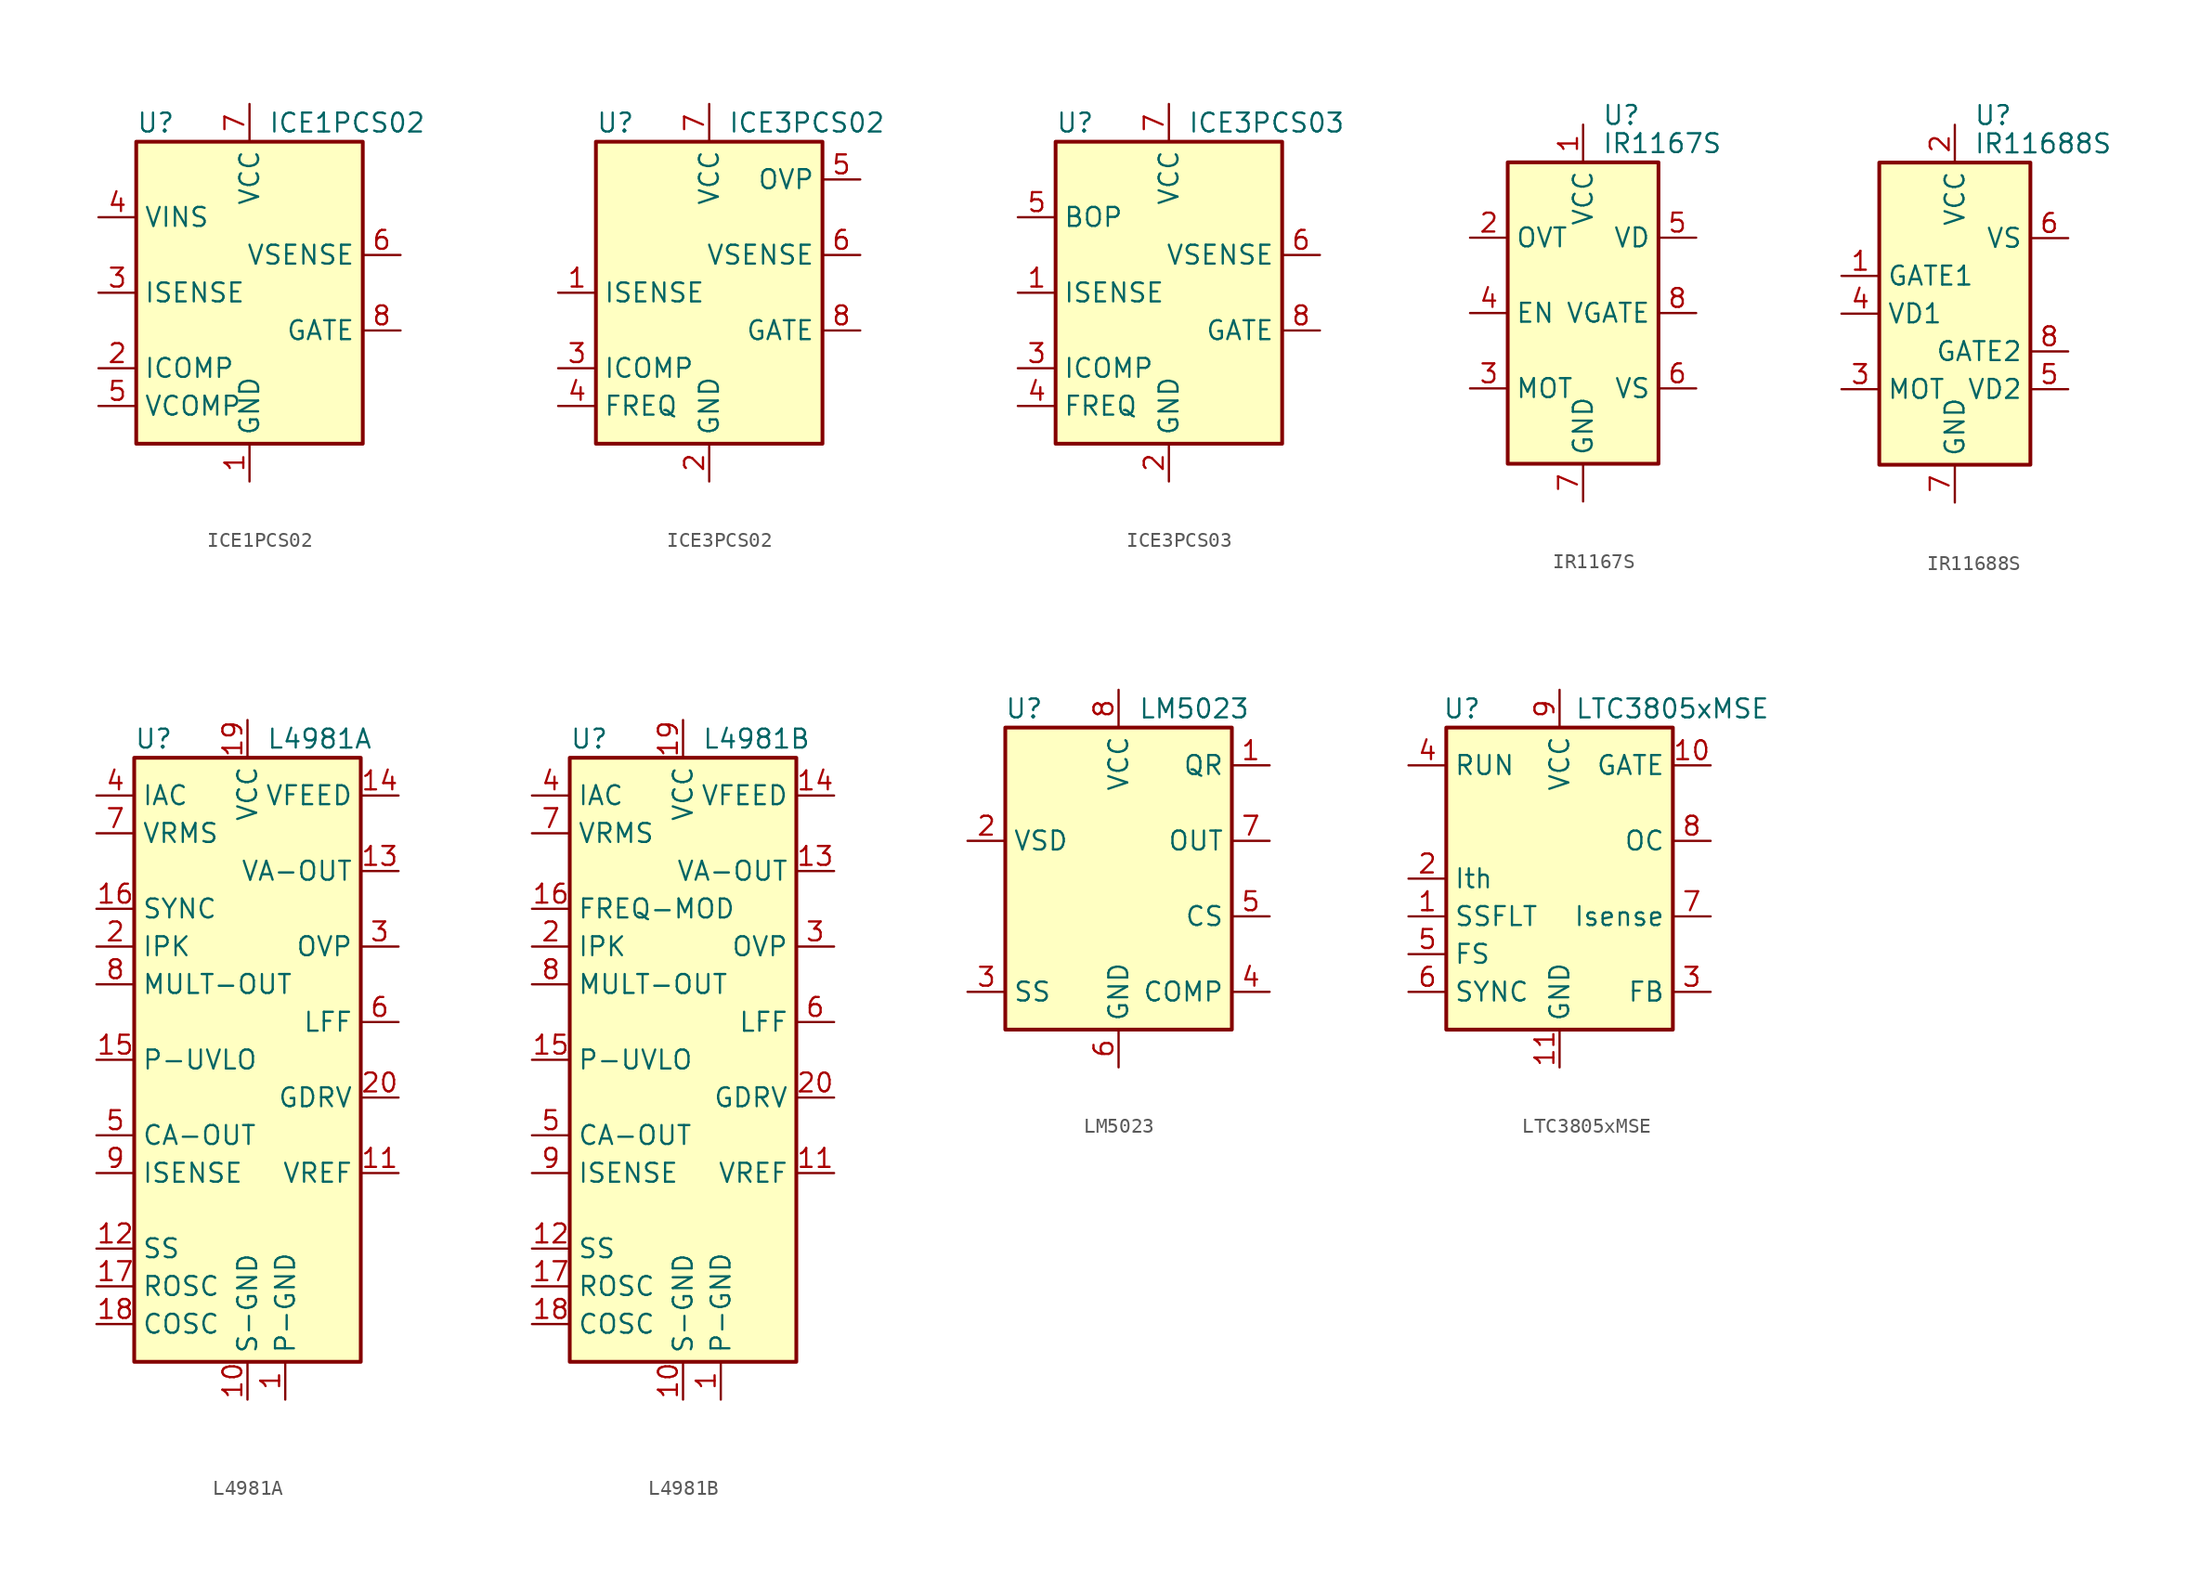
<source format=kicad_sym>
(kicad_symbol_lib
  (version 20241209)
  (generator "kicad_symbol_editor")
  (generator_version "9.0")
  (symbol "ICE1PCS02"
    (property "Reference" "U"
      (at -7.62 11.43 0)
      (effects (font (size 1.27 1.27)) (justify left)))
    (property "Value" "ICE1PCS02"
      (at 1.27 11.43 0)
      (effects (font (size 1.27 1.27)) (justify left)))
    (symbol "ICE1PCS02_0_0"
      (rectangle (start -7.62 10.16) (end 7.62 -10.16) (stroke (width 0.254) (type default)) (fill (type background))))
    (symbol "ICE1PCS02_1_1"
      (pin input line (at -10.16 5.08 0) (length 2.54) (name "VINS" (effects (font (size 1.27 1.27)))) (number "4" (effects (font (size 1.27 1.27)))))
      (pin input line (at -10.16 0 0) (length 2.54) (name "ISENSE" (effects (font (size 1.27 1.27)))) (number "3" (effects (font (size 1.27 1.27)))))
      (pin passive line (at -10.16 -5.08 0) (length 2.54) (name "ICOMP" (effects (font (size 1.27 1.27)))) (number "2" (effects (font (size 1.27 1.27)))))
      (pin passive line (at -10.16 -7.62 0) (length 2.54) (name "VCOMP" (effects (font (size 1.27 1.27)))) (number "5" (effects (font (size 1.27 1.27)))))
      (pin power_in line (at 0 12.7 270) (length 2.54) (name "VCC" (effects (font (size 1.27 1.27)))) (number "7" (effects (font (size 1.27 1.27)))))
      (pin power_in line (at 0 -12.7 90) (length 2.54) (name "GND" (effects (font (size 1.27 1.27)))) (number "1" (effects (font (size 1.27 1.27)))))
      (pin input line (at 10.16 2.54 180) (length 2.54) (name "VSENSE" (effects (font (size 1.27 1.27)))) (number "6" (effects (font (size 1.27 1.27)))))
      (pin output line (at 10.16 -2.54 180) (length 2.54) (name "GATE" (effects (font (size 1.27 1.27)))) (number "8" (effects (font (size 1.27 1.27)))))))
  (symbol "ICE3PCS02"
    (property "Reference" "U"
      (at -7.62 11.43 0)
      (effects (font (size 1.27 1.27)) (justify left)))
    (property "Value" "ICE3PCS02"
      (at 1.27 11.43 0)
      (effects (font (size 1.27 1.27)) (justify left)))
    (symbol "ICE3PCS02_0_0"
      (rectangle (start -7.62 10.16) (end 7.62 -10.16) (stroke (width 0.254) (type default)) (fill (type background))))
    (symbol "ICE3PCS02_1_1"
      (pin input line (at -10.16 0 0) (length 2.54) (name "ISENSE" (effects (font (size 1.27 1.27)))) (number "1" (effects (font (size 1.27 1.27)))))
      (pin passive line (at -10.16 -5.08 0) (length 2.54) (name "ICOMP" (effects (font (size 1.27 1.27)))) (number "3" (effects (font (size 1.27 1.27)))))
      (pin passive line (at -10.16 -7.62 0) (length 2.54) (name "FREQ" (effects (font (size 1.27 1.27)))) (number "4" (effects (font (size 1.27 1.27)))))
      (pin power_in line (at 0 12.7 270) (length 2.54) (name "VCC" (effects (font (size 1.27 1.27)))) (number "7" (effects (font (size 1.27 1.27)))))
      (pin power_in line (at 0 -12.7 90) (length 2.54) (name "GND" (effects (font (size 1.27 1.27)))) (number "2" (effects (font (size 1.27 1.27)))))
      (pin input line (at 10.16 7.62 180) (length 2.54) (name "OVP" (effects (font (size 1.27 1.27)))) (number "5" (effects (font (size 1.27 1.27)))))
      (pin input line (at 10.16 2.54 180) (length 2.54) (name "VSENSE" (effects (font (size 1.27 1.27)))) (number "6" (effects (font (size 1.27 1.27)))))
      (pin output line (at 10.16 -2.54 180) (length 2.54) (name "GATE" (effects (font (size 1.27 1.27)))) (number "8" (effects (font (size 1.27 1.27)))))))
  (symbol "ICE3PCS03"
    (property "Reference" "U"
      (at -7.62 11.43 0)
      (effects (font (size 1.27 1.27)) (justify left)))
    (property "Value" "ICE3PCS03"
      (at 1.27 11.43 0)
      (effects (font (size 1.27 1.27)) (justify left)))
    (symbol "ICE3PCS03_0_0"
      (rectangle (start -7.62 10.16) (end 7.62 -10.16) (stroke (width 0.254) (type default)) (fill (type background))))
    (symbol "ICE3PCS03_1_1"
      (pin input line (at -10.16 5.08 0) (length 2.54) (name "BOP" (effects (font (size 1.27 1.27)))) (number "5" (effects (font (size 1.27 1.27)))))
      (pin input line (at -10.16 0 0) (length 2.54) (name "ISENSE" (effects (font (size 1.27 1.27)))) (number "1" (effects (font (size 1.27 1.27)))))
      (pin passive line (at -10.16 -5.08 0) (length 2.54) (name "ICOMP" (effects (font (size 1.27 1.27)))) (number "3" (effects (font (size 1.27 1.27)))))
      (pin passive line (at -10.16 -7.62 0) (length 2.54) (name "FREQ" (effects (font (size 1.27 1.27)))) (number "4" (effects (font (size 1.27 1.27)))))
      (pin power_in line (at 0 12.7 270) (length 2.54) (name "VCC" (effects (font (size 1.27 1.27)))) (number "7" (effects (font (size 1.27 1.27)))))
      (pin power_in line (at 0 -12.7 90) (length 2.54) (name "GND" (effects (font (size 1.27 1.27)))) (number "2" (effects (font (size 1.27 1.27)))))
      (pin input line (at 10.16 2.54 180) (length 2.54) (name "VSENSE" (effects (font (size 1.27 1.27)))) (number "6" (effects (font (size 1.27 1.27)))))
      (pin output line (at 10.16 -2.54 180) (length 2.54) (name "GATE" (effects (font (size 1.27 1.27)))) (number "8" (effects (font (size 1.27 1.27)))))))
  (symbol "IR1167S"
    (property "Reference" "U"
      (at 1.27 13.335 0)
      (effects (font (size 1.27 1.27)) (justify left)))
    (property "Value" "IR1167S"
      (at 1.27 11.43 0)
      (effects (font (size 1.27 1.27)) (justify left)))
    (symbol "IR1167S_0_1"
      (rectangle (start -5.08 -10.16) (end 5.08 10.16) (stroke (width 0.254) (type default)) (fill (type background))))
    (symbol "IR1167S_1_1"
      (pin input line (at -7.62 5.08 0) (length 2.54) (name "OVT" (effects (font (size 1.27 1.27)))) (number "2" (effects (font (size 1.27 1.27)))))
      (pin input line (at -7.62 0 0) (length 2.54) (name "EN" (effects (font (size 1.27 1.27)))) (number "4" (effects (font (size 1.27 1.27)))))
      (pin passive line (at -7.62 -5.08 0) (length 2.54) (name "MOT" (effects (font (size 1.27 1.27)))) (number "3" (effects (font (size 1.27 1.27)))))
      (pin power_in line (at 0 12.7 270) (length 2.54) (name "VCC" (effects (font (size 1.27 1.27)))) (number "1" (effects (font (size 1.27 1.27)))))
      (pin power_in line (at 0 -12.7 90) (length 2.54) (name "GND" (effects (font (size 1.27 1.27)))) (number "7" (effects (font (size 1.27 1.27)))))
      (pin input line (at 7.62 5.08 180) (length 2.54) (name "VD" (effects (font (size 1.27 1.27)))) (number "5" (effects (font (size 1.27 1.27)))))
      (pin output line (at 7.62 0 180) (length 2.54) (name "VGATE" (effects (font (size 1.27 1.27)))) (number "8" (effects (font (size 1.27 1.27)))))
      (pin input line (at 7.62 -5.08 180) (length 2.54) (name "VS" (effects (font (size 1.27 1.27)))) (number "6" (effects (font (size 1.27 1.27)))))))
  (symbol "IR11688S"
    (property "Reference" "U"
      (at 1.27 13.335 0)
      (effects (font (size 1.27 1.27)) (justify left)))
    (property "Value" "IR11688S"
      (at 1.27 11.43 0)
      (effects (font (size 1.27 1.27)) (justify left)))
    (symbol "IR11688S_0_1"
      (rectangle (start -5.08 -10.16) (end 5.08 10.16) (stroke (width 0.254) (type default)) (fill (type background))))
    (symbol "IR11688S_1_1"
      (pin output line (at -7.62 2.54 0) (length 2.54) (name "GATE1" (effects (font (size 1.27 1.27)))) (number "1" (effects (font (size 1.27 1.27)))))
      (pin input line (at -7.62 0 0) (length 2.54) (name "VD1" (effects (font (size 1.27 1.27)))) (number "4" (effects (font (size 1.27 1.27)))))
      (pin passive line (at -7.62 -5.08 0) (length 2.54) (name "MOT" (effects (font (size 1.27 1.27)))) (number "3" (effects (font (size 1.27 1.27)))))
      (pin power_in line (at 0 12.7 270) (length 2.54) (name "VCC" (effects (font (size 1.27 1.27)))) (number "2" (effects (font (size 1.27 1.27)))))
      (pin power_in line (at 0 -12.7 90) (length 2.54) (name "GND" (effects (font (size 1.27 1.27)))) (number "7" (effects (font (size 1.27 1.27)))))
      (pin input line (at 7.62 5.08 180) (length 2.54) (name "VS" (effects (font (size 1.27 1.27)))) (number "6" (effects (font (size 1.27 1.27)))))
      (pin output line (at 7.62 -2.54 180) (length 2.54) (name "GATE2" (effects (font (size 1.27 1.27)))) (number "8" (effects (font (size 1.27 1.27)))))
      (pin input line (at 7.62 -5.08 180) (length 2.54) (name "VD2" (effects (font (size 1.27 1.27)))) (number "5" (effects (font (size 1.27 1.27)))))))
  (symbol "L4981A"
    (property "Reference" "U"
      (at -7.62 21.59 0)
      (effects (font (size 1.27 1.27)) (justify left)))
    (property "Value" "L4981A"
      (at 1.27 21.59 0)
      (effects (font (size 1.27 1.27)) (justify left)))
    (symbol "L4981A_0_0"
      (rectangle (start -7.62 20.32) (end 7.62 -20.32) (stroke (width 0.254) (type default)) (fill (type background))))
    (symbol "L4981A_1_1"
      (pin input line (at -10.16 17.78 0) (length 2.54) (name "IAC" (effects (font (size 1.27 1.27)))) (number "4" (effects (font (size 1.27 1.27)))))
      (pin input line (at -10.16 15.24 0) (length 2.54) (name "VRMS" (effects (font (size 1.27 1.27)))) (number "7" (effects (font (size 1.27 1.27)))))
      (pin bidirectional line (at -10.16 10.16 0) (length 2.54) (name "SYNC" (effects (font (size 1.27 1.27)))) (number "16" (effects (font (size 1.27 1.27)))))
      (pin input line (at -10.16 7.62 0) (length 2.54) (name "IPK" (effects (font (size 1.27 1.27)))) (number "2" (effects (font (size 1.27 1.27)))))
      (pin output line (at -10.16 5.08 0) (length 2.54) (name "MULT-OUT" (effects (font (size 1.27 1.27)))) (number "8" (effects (font (size 1.27 1.27)))))
      (pin input line (at -10.16 0 0) (length 2.54) (name "P-UVLO" (effects (font (size 1.27 1.27)))) (number "15" (effects (font (size 1.27 1.27)))))
      (pin output line (at -10.16 -5.08 0) (length 2.54) (name "CA-OUT" (effects (font (size 1.27 1.27)))) (number "5" (effects (font (size 1.27 1.27)))))
      (pin input line (at -10.16 -7.62 0) (length 2.54) (name "ISENSE" (effects (font (size 1.27 1.27)))) (number "9" (effects (font (size 1.27 1.27)))))
      (pin passive line (at -10.16 -12.7 0) (length 2.54) (name "SS" (effects (font (size 1.27 1.27)))) (number "12" (effects (font (size 1.27 1.27)))))
      (pin passive line (at -10.16 -15.24 0) (length 2.54) (name "ROSC" (effects (font (size 1.27 1.27)))) (number "17" (effects (font (size 1.27 1.27)))))
      (pin passive line (at -10.16 -17.78 0) (length 2.54) (name "COSC" (effects (font (size 1.27 1.27)))) (number "18" (effects (font (size 1.27 1.27)))))
      (pin power_in line (at 0 22.86 270) (length 2.54) (name "VCC" (effects (font (size 1.27 1.27)))) (number "19" (effects (font (size 1.27 1.27)))))
      (pin power_in line (at 0 -22.86 90) (length 2.54) (name "S-GND" (effects (font (size 1.27 1.27)))) (number "10" (effects (font (size 1.27 1.27)))))
      (pin power_in line (at 2.54 -22.86 90) (length 2.54) (name "P-GND" (effects (font (size 1.27 1.27)))) (number "1" (effects (font (size 1.27 1.27)))))
      (pin input line (at 10.16 17.78 180) (length 2.54) (name "VFEED" (effects (font (size 1.27 1.27)))) (number "14" (effects (font (size 1.27 1.27)))))
      (pin output line (at 10.16 12.7 180) (length 2.54) (name "VA-OUT" (effects (font (size 1.27 1.27)))) (number "13" (effects (font (size 1.27 1.27)))))
      (pin input line (at 10.16 7.62 180) (length 2.54) (name "OVP" (effects (font (size 1.27 1.27)))) (number "3" (effects (font (size 1.27 1.27)))))
      (pin input line (at 10.16 2.54 180) (length 2.54) (name "LFF" (effects (font (size 1.27 1.27)))) (number "6" (effects (font (size 1.27 1.27)))))
      (pin output line (at 10.16 -2.54 180) (length 2.54) (name "GDRV" (effects (font (size 1.27 1.27)))) (number "20" (effects (font (size 1.27 1.27)))))
      (pin output line (at 10.16 -7.62 180) (length 2.54) (name "VREF" (effects (font (size 1.27 1.27)))) (number "11" (effects (font (size 1.27 1.27)))))))
  (symbol "L4981B"
    (property "Reference" "U"
      (at -7.62 21.59 0)
      (effects (font (size 1.27 1.27)) (justify left)))
    (property "Value" "L4981B"
      (at 1.27 21.59 0)
      (effects (font (size 1.27 1.27)) (justify left)))
    (symbol "L4981B_0_0"
      (rectangle (start -7.62 20.32) (end 7.62 -20.32) (stroke (width 0.254) (type default)) (fill (type background))))
    (symbol "L4981B_1_1"
      (pin input line (at -10.16 17.78 0) (length 2.54) (name "IAC" (effects (font (size 1.27 1.27)))) (number "4" (effects (font (size 1.27 1.27)))))
      (pin input line (at -10.16 15.24 0) (length 2.54) (name "VRMS" (effects (font (size 1.27 1.27)))) (number "7" (effects (font (size 1.27 1.27)))))
      (pin input line (at -10.16 10.16 0) (length 2.54) (name "FREQ-MOD" (effects (font (size 1.27 1.27)))) (number "16" (effects (font (size 1.27 1.27)))))
      (pin input line (at -10.16 7.62 0) (length 2.54) (name "IPK" (effects (font (size 1.27 1.27)))) (number "2" (effects (font (size 1.27 1.27)))))
      (pin output line (at -10.16 5.08 0) (length 2.54) (name "MULT-OUT" (effects (font (size 1.27 1.27)))) (number "8" (effects (font (size 1.27 1.27)))))
      (pin input line (at -10.16 0 0) (length 2.54) (name "P-UVLO" (effects (font (size 1.27 1.27)))) (number "15" (effects (font (size 1.27 1.27)))))
      (pin output line (at -10.16 -5.08 0) (length 2.54) (name "CA-OUT" (effects (font (size 1.27 1.27)))) (number "5" (effects (font (size 1.27 1.27)))))
      (pin input line (at -10.16 -7.62 0) (length 2.54) (name "ISENSE" (effects (font (size 1.27 1.27)))) (number "9" (effects (font (size 1.27 1.27)))))
      (pin passive line (at -10.16 -12.7 0) (length 2.54) (name "SS" (effects (font (size 1.27 1.27)))) (number "12" (effects (font (size 1.27 1.27)))))
      (pin passive line (at -10.16 -15.24 0) (length 2.54) (name "ROSC" (effects (font (size 1.27 1.27)))) (number "17" (effects (font (size 1.27 1.27)))))
      (pin passive line (at -10.16 -17.78 0) (length 2.54) (name "COSC" (effects (font (size 1.27 1.27)))) (number "18" (effects (font (size 1.27 1.27)))))
      (pin power_in line (at 0 22.86 270) (length 2.54) (name "VCC" (effects (font (size 1.27 1.27)))) (number "19" (effects (font (size 1.27 1.27)))))
      (pin power_in line (at 0 -22.86 90) (length 2.54) (name "S-GND" (effects (font (size 1.27 1.27)))) (number "10" (effects (font (size 1.27 1.27)))))
      (pin power_in line (at 2.54 -22.86 90) (length 2.54) (name "P-GND" (effects (font (size 1.27 1.27)))) (number "1" (effects (font (size 1.27 1.27)))))
      (pin input line (at 10.16 17.78 180) (length 2.54) (name "VFEED" (effects (font (size 1.27 1.27)))) (number "14" (effects (font (size 1.27 1.27)))))
      (pin output line (at 10.16 12.7 180) (length 2.54) (name "VA-OUT" (effects (font (size 1.27 1.27)))) (number "13" (effects (font (size 1.27 1.27)))))
      (pin input line (at 10.16 7.62 180) (length 2.54) (name "OVP" (effects (font (size 1.27 1.27)))) (number "3" (effects (font (size 1.27 1.27)))))
      (pin input line (at 10.16 2.54 180) (length 2.54) (name "LFF" (effects (font (size 1.27 1.27)))) (number "6" (effects (font (size 1.27 1.27)))))
      (pin output line (at 10.16 -2.54 180) (length 2.54) (name "GDRV" (effects (font (size 1.27 1.27)))) (number "20" (effects (font (size 1.27 1.27)))))
      (pin output line (at 10.16 -7.62 180) (length 2.54) (name "VREF" (effects (font (size 1.27 1.27)))) (number "11" (effects (font (size 1.27 1.27)))))))
  (symbol "LM5023"
    (property "Reference" "U"
      (at -6.35 11.43 0)
      (effects (font (size 1.27 1.27))))
    (property "Value" "LM5023"
      (at 5.08 11.43 0)
      (effects (font (size 1.27 1.27))))
    (symbol "LM5023_0_0"
      (pin output line (at -10.16 2.54 0) (length 2.54) (name "VSD" (effects (font (size 1.27 1.27)))) (number "2" (effects (font (size 1.27 1.27)))))
      (pin passive line (at -10.16 -7.62 0) (length 2.54) (name "SS" (effects (font (size 1.27 1.27)))) (number "3" (effects (font (size 1.27 1.27)))))
      (pin power_in line (at 0 12.7 270) (length 2.54) (name "VCC" (effects (font (size 1.27 1.27)))) (number "8" (effects (font (size 1.27 1.27)))))
      (pin power_in line (at 0 -12.7 90) (length 2.54) (name "GND" (effects (font (size 1.27 1.27)))) (number "6" (effects (font (size 1.27 1.27)))))
      (pin input line (at 10.16 7.62 180) (length 2.54) (name "QR" (effects (font (size 1.27 1.27)))) (number "1" (effects (font (size 1.27 1.27)))))
      (pin output line (at 10.16 2.54 180) (length 2.54) (name "OUT" (effects (font (size 1.27 1.27)))) (number "7" (effects (font (size 1.27 1.27)))))
      (pin input line (at 10.16 -2.54 180) (length 2.54) (name "CS" (effects (font (size 1.27 1.27)))) (number "5" (effects (font (size 1.27 1.27)))))
      (pin input line (at 10.16 -7.62 180) (length 2.54) (name "COMP" (effects (font (size 1.27 1.27)))) (number "4" (effects (font (size 1.27 1.27))))))
    (symbol "LM5023_0_1"
      (rectangle (start -7.62 10.16) (end 7.62 -10.16) (stroke (width 0.254) (type default)) (fill (type background)))))
  (symbol "LTC3805xMSE"
    (property "Reference" "U"
      (at -7.874 11.43 0)
      (effects (font (size 1.27 1.27)) (justify left)))
    (property "Value" "LTC3805xMSE"
      (at 1.016 11.43 0)
      (effects (font (size 1.27 1.27)) (justify left)))
    (symbol "LTC3805xMSE_0_1"
      (rectangle (start -7.62 10.16) (end 7.62 -10.16) (stroke (width 0.254) (type default)) (fill (type background))))
    (symbol "LTC3805xMSE_1_1"
      (pin input line (at -10.16 7.62 0) (length 2.54) (name "RUN" (effects (font (size 1.27 1.27)))) (number "4" (effects (font (size 1.27 1.27)))))
      (pin passive line (at -10.16 0 0) (length 2.54) (name "Ith" (effects (font (size 1.27 1.27)))) (number "2" (effects (font (size 1.27 1.27)))))
      (pin passive line (at -10.16 -2.54 0) (length 2.54) (name "SSFLT" (effects (font (size 1.27 1.27)))) (number "1" (effects (font (size 1.27 1.27)))))
      (pin passive line (at -10.16 -5.08 0) (length 2.54) (name "FS" (effects (font (size 1.27 1.27)))) (number "5" (effects (font (size 1.27 1.27)))))
      (pin input line (at -10.16 -7.62 0) (length 2.54) (name "SYNC" (effects (font (size 1.27 1.27)))) (number "6" (effects (font (size 1.27 1.27)))))
      (pin power_in line (at 0 12.7 270) (length 2.54) (name "VCC" (effects (font (size 1.27 1.27)))) (number "9" (effects (font (size 1.27 1.27)))))
      (pin power_in line (at 0 -12.7 90) (length 2.54) (name "GND" (effects (font (size 1.27 1.27)))) (number "11" (effects (font (size 1.27 1.27)))))
      (pin output line (at 10.16 7.62 180) (length 2.54) (name "GATE" (effects (font (size 1.27 1.27)))) (number "10" (effects (font (size 1.27 1.27)))))
      (pin input line (at 10.16 2.54 180) (length 2.54) (name "OC" (effects (font (size 1.27 1.27)))) (number "8" (effects (font (size 1.27 1.27)))))
      (pin input line (at 10.16 -2.54 180) (length 2.54) (name "Isense" (effects (font (size 1.27 1.27)))) (number "7" (effects (font (size 1.27 1.27)))))
      (pin input line (at 10.16 -7.62 180) (length 2.54) (name "FB" (effects (font (size 1.27 1.27)))) (number "3" (effects (font (size 1.27 1.27))))))))
</source>
